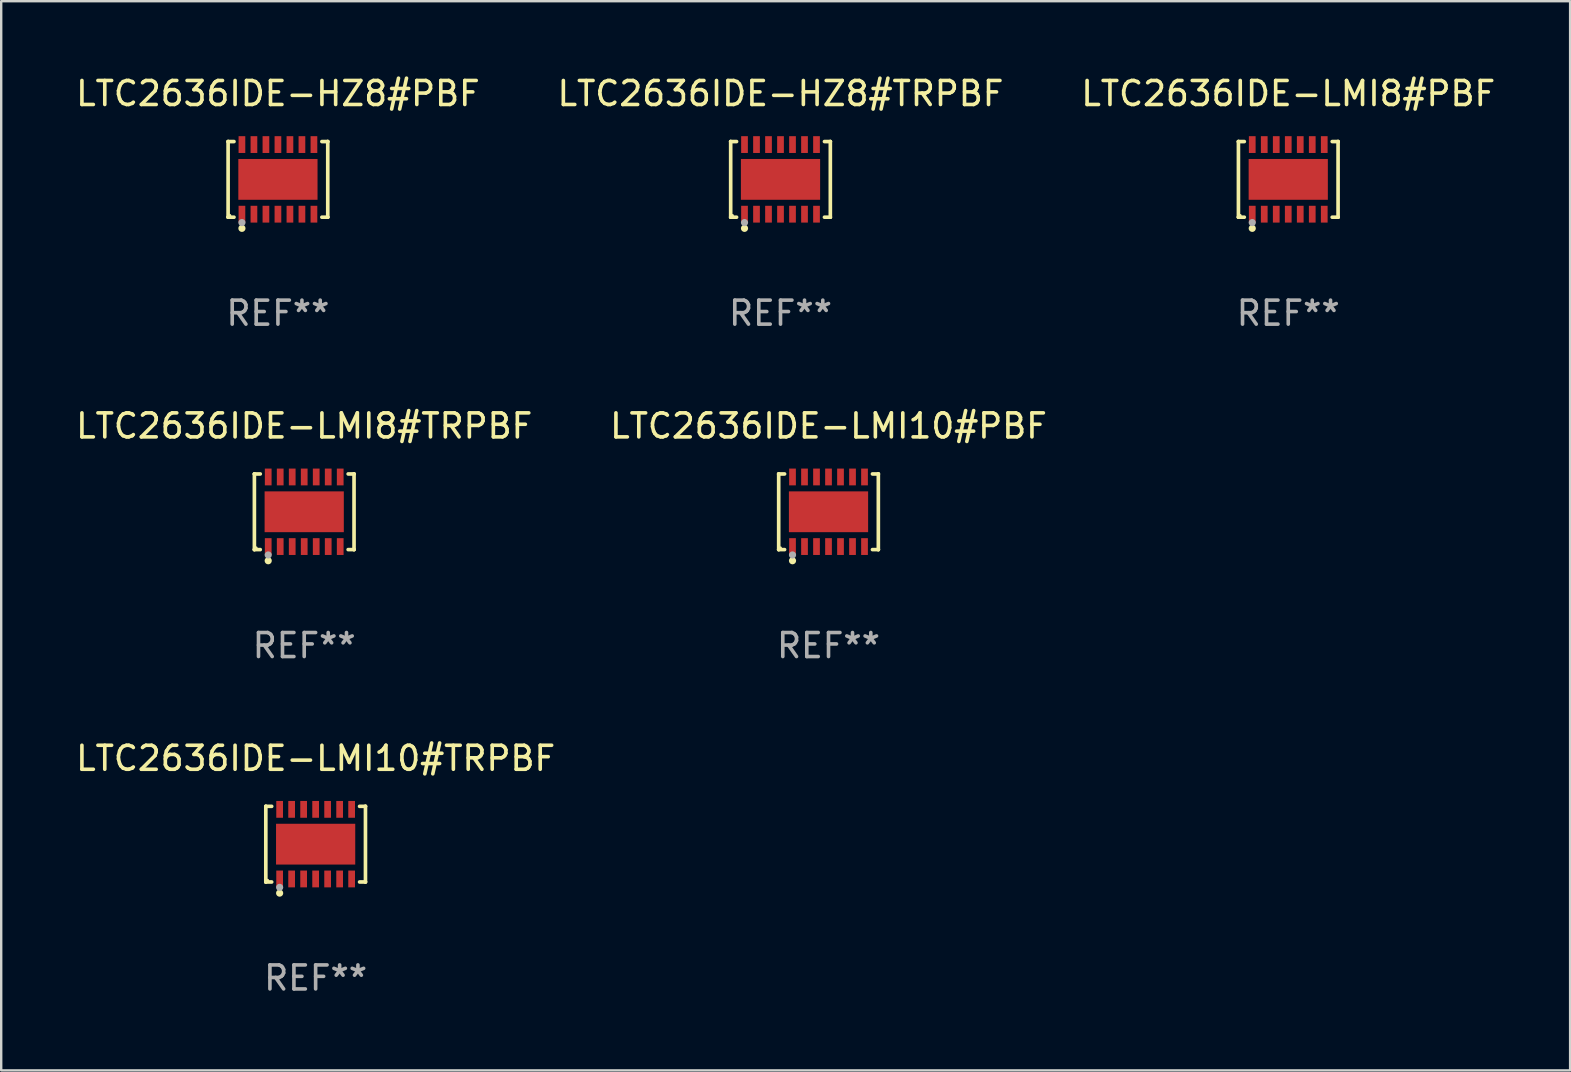
<source format=kicad_pcb>
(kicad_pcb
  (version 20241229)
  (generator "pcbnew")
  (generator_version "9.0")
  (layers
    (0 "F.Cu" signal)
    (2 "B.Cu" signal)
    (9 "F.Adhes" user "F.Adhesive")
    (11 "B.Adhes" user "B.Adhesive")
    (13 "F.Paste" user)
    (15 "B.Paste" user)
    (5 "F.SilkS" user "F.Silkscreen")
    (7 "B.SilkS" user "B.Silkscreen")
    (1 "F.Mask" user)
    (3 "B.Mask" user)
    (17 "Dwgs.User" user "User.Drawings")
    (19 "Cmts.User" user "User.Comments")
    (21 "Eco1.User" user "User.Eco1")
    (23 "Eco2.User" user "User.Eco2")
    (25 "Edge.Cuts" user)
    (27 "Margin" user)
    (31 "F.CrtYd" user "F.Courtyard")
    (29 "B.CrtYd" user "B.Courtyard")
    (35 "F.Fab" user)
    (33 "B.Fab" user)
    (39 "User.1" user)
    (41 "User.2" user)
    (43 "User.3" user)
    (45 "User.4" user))
  (footprint "LTC2636IDE-LMI8#PBF"
    (layer "F.Cu")
    (at 50.625 4.424)
    (property "Reference" "LTC2636IDE-LMI8#PBF" (at 0 -3.576 0) (layer "F.SilkS") (effects (font (size 1 1) (thickness 0.15))))
    (attr through_hole)
    (fp_line (start -2.076 -1.576) (end -2.076 -1.576) (stroke (width 0.152) (type solid)) (layer "F.SilkS"))
    (fp_line (start -2.076 -1.576) (end -1.831 -1.576) (stroke (width 0.152) (type solid)) (layer "F.SilkS"))
    (fp_line (start -2.076 1.576) (end -2.076 -1.576) (stroke (width 0.152) (type solid)) (layer "F.SilkS"))
    (fp_line (start -2.076 1.576) (end -2.076 1.576) (stroke (width 0.152) (type solid)) (layer "F.SilkS"))
    (fp_line (start -1.831 1.576) (end -2.076 1.576) (stroke (width 0.152) (type solid)) (layer "F.SilkS"))
    (fp_line (start 1.831 1.576) (end 2.076 1.576) (stroke (width 0.152) (type solid)) (layer "F.SilkS"))
    (fp_line (start 2.076 -1.576) (end 1.831 -1.576) (stroke (width 0.152) (type solid)) (layer "F.SilkS"))
    (fp_line (start 2.076 -1.576) (end 2.076 -1.576) (stroke (width 0.152) (type solid)) (layer "F.SilkS"))
    (fp_line (start 2.076 1.576) (end 2.076 -1.576) (stroke (width 0.152) (type solid)) (layer "F.SilkS"))
    (fp_line (start 2.076 1.576) (end 2.076 1.576) (stroke (width 0.152) (type solid)) (layer "F.SilkS"))
    (fp_circle (center -2 1.5) (end -1.97 1.5) (stroke (width 0.06) (type solid)) (fill no) (layer "F.SilkS"))
    (fp_circle (center -1.5 2.04) (end -1.425 2.04) (stroke (width 0.15) (type solid)) (fill no) (layer "F.SilkS"))
    (fp_circle (center -1.5 1.8) (end -1.425 1.8) (stroke (width 0.15) (type solid)) (fill no) (layer "F.Fab"))
    (fp_text user "REF**" (at 0 5.576 0) (layer "F.Fab") (effects (font (size 1 1) (thickness 0.15))))
    (pad "1" smd rect (at -1.5 1.45) (size 0.28 0.7) (layers "F.Cu" "F.Mask" "F.Paste"))
    (pad "2" smd rect (at -1 1.45) (size 0.28 0.7) (layers "F.Cu" "F.Mask" "F.Paste"))
    (pad "3" smd rect (at -0.5 1.45) (size 0.28 0.7) (layers "F.Cu" "F.Mask" "F.Paste"))
    (pad "4" smd rect (at 0 1.45) (size 0.28 0.7) (layers "F.Cu" "F.Mask" "F.Paste"))
    (pad "5" smd rect (at 0.5 1.45) (size 0.28 0.7) (layers "F.Cu" "F.Mask" "F.Paste"))
    (pad "6" smd rect (at 1 1.45) (size 0.28 0.7) (layers "F.Cu" "F.Mask" "F.Paste"))
    (pad "7" smd rect (at 1.5 1.45) (size 0.28 0.7) (layers "F.Cu" "F.Mask" "F.Paste"))
    (pad "8" smd rect (at 1.5 -1.45) (size 0.28 0.7) (layers "F.Cu" "F.Mask" "F.Paste"))
    (pad "9" smd rect (at 1 -1.45) (size 0.28 0.7) (layers "F.Cu" "F.Mask" "F.Paste"))
    (pad "10" smd rect (at 0.5 -1.45) (size 0.28 0.7) (layers "F.Cu" "F.Mask" "F.Paste"))
    (pad "11" smd rect (at 0 -1.45) (size 0.28 0.7) (layers "F.Cu" "F.Mask" "F.Paste"))
    (pad "12" smd rect (at -0.5 -1.45) (size 0.28 0.7) (layers "F.Cu" "F.Mask" "F.Paste"))
    (pad "13" smd rect (at -1 -1.45) (size 0.28 0.7) (layers "F.Cu" "F.Mask" "F.Paste"))
    (pad "14" smd rect (at -1.5 -1.45) (size 0.28 0.7) (layers "F.Cu" "F.Mask" "F.Paste"))
    (pad "15" smd rect (at 0 0) (size 3.3 1.7) (layers "F.Cu" "F.Mask" "F.Paste")))
  (footprint "LTC2636IDE-HZ8#PBF"
    (layer "F.Cu")
    (at 8.53 4.424)
    (property "Reference" "LTC2636IDE-HZ8#PBF" (at 0 -3.576 0) (layer "F.SilkS") (effects (font (size 1 1) (thickness 0.15))))
    (attr through_hole)
    (fp_line (start -2.076 -1.576) (end -2.076 -1.576) (stroke (width 0.152) (type solid)) (layer "F.SilkS"))
    (fp_line (start -2.076 -1.576) (end -1.831 -1.576) (stroke (width 0.152) (type solid)) (layer "F.SilkS"))
    (fp_line (start -2.076 1.576) (end -2.076 -1.576) (stroke (width 0.152) (type solid)) (layer "F.SilkS"))
    (fp_line (start -2.076 1.576) (end -2.076 1.576) (stroke (width 0.152) (type solid)) (layer "F.SilkS"))
    (fp_line (start -1.831 1.576) (end -2.076 1.576) (stroke (width 0.152) (type solid)) (layer "F.SilkS"))
    (fp_line (start 1.831 1.576) (end 2.076 1.576) (stroke (width 0.152) (type solid)) (layer "F.SilkS"))
    (fp_line (start 2.076 -1.576) (end 1.831 -1.576) (stroke (width 0.152) (type solid)) (layer "F.SilkS"))
    (fp_line (start 2.076 -1.576) (end 2.076 -1.576) (stroke (width 0.152) (type solid)) (layer "F.SilkS"))
    (fp_line (start 2.076 1.576) (end 2.076 -1.576) (stroke (width 0.152) (type solid)) (layer "F.SilkS"))
    (fp_line (start 2.076 1.576) (end 2.076 1.576) (stroke (width 0.152) (type solid)) (layer "F.SilkS"))
    (fp_circle (center -2 1.5) (end -1.97 1.5) (stroke (width 0.06) (type solid)) (fill no) (layer "F.SilkS"))
    (fp_circle (center -1.5 2.04) (end -1.425 2.04) (stroke (width 0.15) (type solid)) (fill no) (layer "F.SilkS"))
    (fp_circle (center -1.5 1.8) (end -1.425 1.8) (stroke (width 0.15) (type solid)) (fill no) (layer "F.Fab"))
    (fp_text user "REF**" (at 0 5.576 0) (layer "F.Fab") (effects (font (size 1 1) (thickness 0.15))))
    (pad "1" smd rect (at -1.5 1.45) (size 0.28 0.7) (layers "F.Cu" "F.Mask" "F.Paste"))
    (pad "2" smd rect (at -1 1.45) (size 0.28 0.7) (layers "F.Cu" "F.Mask" "F.Paste"))
    (pad "3" smd rect (at -0.5 1.45) (size 0.28 0.7) (layers "F.Cu" "F.Mask" "F.Paste"))
    (pad "4" smd rect (at 0 1.45) (size 0.28 0.7) (layers "F.Cu" "F.Mask" "F.Paste"))
    (pad "5" smd rect (at 0.5 1.45) (size 0.28 0.7) (layers "F.Cu" "F.Mask" "F.Paste"))
    (pad "6" smd rect (at 1 1.45) (size 0.28 0.7) (layers "F.Cu" "F.Mask" "F.Paste"))
    (pad "7" smd rect (at 1.5 1.45) (size 0.28 0.7) (layers "F.Cu" "F.Mask" "F.Paste"))
    (pad "8" smd rect (at 1.5 -1.45) (size 0.28 0.7) (layers "F.Cu" "F.Mask" "F.Paste"))
    (pad "9" smd rect (at 1 -1.45) (size 0.28 0.7) (layers "F.Cu" "F.Mask" "F.Paste"))
    (pad "10" smd rect (at 0.5 -1.45) (size 0.28 0.7) (layers "F.Cu" "F.Mask" "F.Paste"))
    (pad "11" smd rect (at 0 -1.45) (size 0.28 0.7) (layers "F.Cu" "F.Mask" "F.Paste"))
    (pad "12" smd rect (at -0.5 -1.45) (size 0.28 0.7) (layers "F.Cu" "F.Mask" "F.Paste"))
    (pad "13" smd rect (at -1 -1.45) (size 0.28 0.7) (layers "F.Cu" "F.Mask" "F.Paste"))
    (pad "14" smd rect (at -1.5 -1.45) (size 0.28 0.7) (layers "F.Cu" "F.Mask" "F.Paste"))
    (pad "15" smd rect (at 0 0) (size 3.3 1.7) (layers "F.Cu" "F.Mask" "F.Paste")))
  (footprint "LTC2636IDE-LMI10#PBF"
    (layer "F.Cu")
    (at 31.47 18.273)
    (property "Reference" "LTC2636IDE-LMI10#PBF" (at 0 -3.576 0) (layer "F.SilkS") (effects (font (size 1 1) (thickness 0.15))))
    (attr through_hole)
    (fp_line (start -2.076 -1.576) (end -2.076 -1.576) (stroke (width 0.152) (type solid)) (layer "F.SilkS"))
    (fp_line (start -2.076 -1.576) (end -1.831 -1.576) (stroke (width 0.152) (type solid)) (layer "F.SilkS"))
    (fp_line (start -2.076 1.576) (end -2.076 -1.576) (stroke (width 0.152) (type solid)) (layer "F.SilkS"))
    (fp_line (start -2.076 1.576) (end -2.076 1.576) (stroke (width 0.152) (type solid)) (layer "F.SilkS"))
    (fp_line (start -1.831 1.576) (end -2.076 1.576) (stroke (width 0.152) (type solid)) (layer "F.SilkS"))
    (fp_line (start 1.831 1.576) (end 2.076 1.576) (stroke (width 0.152) (type solid)) (layer "F.SilkS"))
    (fp_line (start 2.076 -1.576) (end 1.831 -1.576) (stroke (width 0.152) (type solid)) (layer "F.SilkS"))
    (fp_line (start 2.076 -1.576) (end 2.076 -1.576) (stroke (width 0.152) (type solid)) (layer "F.SilkS"))
    (fp_line (start 2.076 1.576) (end 2.076 -1.576) (stroke (width 0.152) (type solid)) (layer "F.SilkS"))
    (fp_line (start 2.076 1.576) (end 2.076 1.576) (stroke (width 0.152) (type solid)) (layer "F.SilkS"))
    (fp_circle (center -2 1.5) (end -1.97 1.5) (stroke (width 0.06) (type solid)) (fill no) (layer "F.SilkS"))
    (fp_circle (center -1.5 2.04) (end -1.425 2.04) (stroke (width 0.15) (type solid)) (fill no) (layer "F.SilkS"))
    (fp_circle (center -1.5 1.8) (end -1.425 1.8) (stroke (width 0.15) (type solid)) (fill no) (layer "F.Fab"))
    (fp_text user "REF**" (at 0 5.576 0) (layer "F.Fab") (effects (font (size 1 1) (thickness 0.15))))
    (pad "1" smd rect (at -1.5 1.45) (size 0.28 0.7) (layers "F.Cu" "F.Mask" "F.Paste"))
    (pad "2" smd rect (at -1 1.45) (size 0.28 0.7) (layers "F.Cu" "F.Mask" "F.Paste"))
    (pad "3" smd rect (at -0.5 1.45) (size 0.28 0.7) (layers "F.Cu" "F.Mask" "F.Paste"))
    (pad "4" smd rect (at 0 1.45) (size 0.28 0.7) (layers "F.Cu" "F.Mask" "F.Paste"))
    (pad "5" smd rect (at 0.5 1.45) (size 0.28 0.7) (layers "F.Cu" "F.Mask" "F.Paste"))
    (pad "6" smd rect (at 1 1.45) (size 0.28 0.7) (layers "F.Cu" "F.Mask" "F.Paste"))
    (pad "7" smd rect (at 1.5 1.45) (size 0.28 0.7) (layers "F.Cu" "F.Mask" "F.Paste"))
    (pad "8" smd rect (at 1.5 -1.45) (size 0.28 0.7) (layers "F.Cu" "F.Mask" "F.Paste"))
    (pad "9" smd rect (at 1 -1.45) (size 0.28 0.7) (layers "F.Cu" "F.Mask" "F.Paste"))
    (pad "10" smd rect (at 0.5 -1.45) (size 0.28 0.7) (layers "F.Cu" "F.Mask" "F.Paste"))
    (pad "11" smd rect (at 0 -1.45) (size 0.28 0.7) (layers "F.Cu" "F.Mask" "F.Paste"))
    (pad "12" smd rect (at -0.5 -1.45) (size 0.28 0.7) (layers "F.Cu" "F.Mask" "F.Paste"))
    (pad "13" smd rect (at -1 -1.45) (size 0.28 0.7) (layers "F.Cu" "F.Mask" "F.Paste"))
    (pad "14" smd rect (at -1.5 -1.45) (size 0.28 0.7) (layers "F.Cu" "F.Mask" "F.Paste"))
    (pad "15" smd rect (at 0 0) (size 3.3 1.7) (layers "F.Cu" "F.Mask" "F.Paste")))
  (footprint "LTC2636IDE-LMI10#TRPBF"
    (layer "F.Cu")
    (at 10.101 32.122)
    (property "Reference" "LTC2636IDE-LMI10#TRPBF" (at 0 -3.576 0) (layer "F.SilkS") (effects (font (size 1 1) (thickness 0.15))))
    (attr through_hole)
    (fp_line (start -2.076 -1.576) (end -2.076 -1.576) (stroke (width 0.152) (type solid)) (layer "F.SilkS"))
    (fp_line (start -2.076 -1.576) (end -1.831 -1.576) (stroke (width 0.152) (type solid)) (layer "F.SilkS"))
    (fp_line (start -2.076 1.576) (end -2.076 -1.576) (stroke (width 0.152) (type solid)) (layer "F.SilkS"))
    (fp_line (start -2.076 1.576) (end -2.076 1.576) (stroke (width 0.152) (type solid)) (layer "F.SilkS"))
    (fp_line (start -1.831 1.576) (end -2.076 1.576) (stroke (width 0.152) (type solid)) (layer "F.SilkS"))
    (fp_line (start 1.831 1.576) (end 2.076 1.576) (stroke (width 0.152) (type solid)) (layer "F.SilkS"))
    (fp_line (start 2.076 -1.576) (end 1.831 -1.576) (stroke (width 0.152) (type solid)) (layer "F.SilkS"))
    (fp_line (start 2.076 -1.576) (end 2.076 -1.576) (stroke (width 0.152) (type solid)) (layer "F.SilkS"))
    (fp_line (start 2.076 1.576) (end 2.076 -1.576) (stroke (width 0.152) (type solid)) (layer "F.SilkS"))
    (fp_line (start 2.076 1.576) (end 2.076 1.576) (stroke (width 0.152) (type solid)) (layer "F.SilkS"))
    (fp_circle (center -2 1.5) (end -1.97 1.5) (stroke (width 0.06) (type solid)) (fill no) (layer "F.SilkS"))
    (fp_circle (center -1.5 2.04) (end -1.425 2.04) (stroke (width 0.15) (type solid)) (fill no) (layer "F.SilkS"))
    (fp_circle (center -1.5 1.8) (end -1.425 1.8) (stroke (width 0.15) (type solid)) (fill no) (layer "F.Fab"))
    (fp_text user "REF**" (at 0 5.576 0) (layer "F.Fab") (effects (font (size 1 1) (thickness 0.15))))
    (pad "1" smd rect (at -1.5 1.45) (size 0.28 0.7) (layers "F.Cu" "F.Mask" "F.Paste"))
    (pad "2" smd rect (at -1 1.45) (size 0.28 0.7) (layers "F.Cu" "F.Mask" "F.Paste"))
    (pad "3" smd rect (at -0.5 1.45) (size 0.28 0.7) (layers "F.Cu" "F.Mask" "F.Paste"))
    (pad "4" smd rect (at 0 1.45) (size 0.28 0.7) (layers "F.Cu" "F.Mask" "F.Paste"))
    (pad "5" smd rect (at 0.5 1.45) (size 0.28 0.7) (layers "F.Cu" "F.Mask" "F.Paste"))
    (pad "6" smd rect (at 1 1.45) (size 0.28 0.7) (layers "F.Cu" "F.Mask" "F.Paste"))
    (pad "7" smd rect (at 1.5 1.45) (size 0.28 0.7) (layers "F.Cu" "F.Mask" "F.Paste"))
    (pad "8" smd rect (at 1.5 -1.45) (size 0.28 0.7) (layers "F.Cu" "F.Mask" "F.Paste"))
    (pad "9" smd rect (at 1 -1.45) (size 0.28 0.7) (layers "F.Cu" "F.Mask" "F.Paste"))
    (pad "10" smd rect (at 0.5 -1.45) (size 0.28 0.7) (layers "F.Cu" "F.Mask" "F.Paste"))
    (pad "11" smd rect (at 0 -1.45) (size 0.28 0.7) (layers "F.Cu" "F.Mask" "F.Paste"))
    (pad "12" smd rect (at -0.5 -1.45) (size 0.28 0.7) (layers "F.Cu" "F.Mask" "F.Paste"))
    (pad "13" smd rect (at -1 -1.45) (size 0.28 0.7) (layers "F.Cu" "F.Mask" "F.Paste"))
    (pad "14" smd rect (at -1.5 -1.45) (size 0.28 0.7) (layers "F.Cu" "F.Mask" "F.Paste"))
    (pad "15" smd rect (at 0 0) (size 3.3 1.7) (layers "F.Cu" "F.Mask" "F.Paste")))
  (footprint "LTC2636IDE-LMI8#TRPBF"
    (layer "F.Cu")
    (at 9.625 18.273)
    (property "Reference" "LTC2636IDE-LMI8#TRPBF" (at 0 -3.576 0) (layer "F.SilkS") (effects (font (size 1 1) (thickness 0.15))))
    (attr through_hole)
    (fp_line (start -2.076 -1.576) (end -2.076 -1.576) (stroke (width 0.152) (type solid)) (layer "F.SilkS"))
    (fp_line (start -2.076 -1.576) (end -1.831 -1.576) (stroke (width 0.152) (type solid)) (layer "F.SilkS"))
    (fp_line (start -2.076 1.576) (end -2.076 -1.576) (stroke (width 0.152) (type solid)) (layer "F.SilkS"))
    (fp_line (start -2.076 1.576) (end -2.076 1.576) (stroke (width 0.152) (type solid)) (layer "F.SilkS"))
    (fp_line (start -1.831 1.576) (end -2.076 1.576) (stroke (width 0.152) (type solid)) (layer "F.SilkS"))
    (fp_line (start 1.831 1.576) (end 2.076 1.576) (stroke (width 0.152) (type solid)) (layer "F.SilkS"))
    (fp_line (start 2.076 -1.576) (end 1.831 -1.576) (stroke (width 0.152) (type solid)) (layer "F.SilkS"))
    (fp_line (start 2.076 -1.576) (end 2.076 -1.576) (stroke (width 0.152) (type solid)) (layer "F.SilkS"))
    (fp_line (start 2.076 1.576) (end 2.076 -1.576) (stroke (width 0.152) (type solid)) (layer "F.SilkS"))
    (fp_line (start 2.076 1.576) (end 2.076 1.576) (stroke (width 0.152) (type solid)) (layer "F.SilkS"))
    (fp_circle (center -2 1.5) (end -1.97 1.5) (stroke (width 0.06) (type solid)) (fill no) (layer "F.SilkS"))
    (fp_circle (center -1.5 2.04) (end -1.425 2.04) (stroke (width 0.15) (type solid)) (fill no) (layer "F.SilkS"))
    (fp_circle (center -1.5 1.8) (end -1.425 1.8) (stroke (width 0.15) (type solid)) (fill no) (layer "F.Fab"))
    (fp_text user "REF**" (at 0 5.576 0) (layer "F.Fab") (effects (font (size 1 1) (thickness 0.15))))
    (pad "1" smd rect (at -1.5 1.45) (size 0.28 0.7) (layers "F.Cu" "F.Mask" "F.Paste"))
    (pad "2" smd rect (at -1 1.45) (size 0.28 0.7) (layers "F.Cu" "F.Mask" "F.Paste"))
    (pad "3" smd rect (at -0.5 1.45) (size 0.28 0.7) (layers "F.Cu" "F.Mask" "F.Paste"))
    (pad "4" smd rect (at 0 1.45) (size 0.28 0.7) (layers "F.Cu" "F.Mask" "F.Paste"))
    (pad "5" smd rect (at 0.5 1.45) (size 0.28 0.7) (layers "F.Cu" "F.Mask" "F.Paste"))
    (pad "6" smd rect (at 1 1.45) (size 0.28 0.7) (layers "F.Cu" "F.Mask" "F.Paste"))
    (pad "7" smd rect (at 1.5 1.45) (size 0.28 0.7) (layers "F.Cu" "F.Mask" "F.Paste"))
    (pad "8" smd rect (at 1.5 -1.45) (size 0.28 0.7) (layers "F.Cu" "F.Mask" "F.Paste"))
    (pad "9" smd rect (at 1 -1.45) (size 0.28 0.7) (layers "F.Cu" "F.Mask" "F.Paste"))
    (pad "10" smd rect (at 0.5 -1.45) (size 0.28 0.7) (layers "F.Cu" "F.Mask" "F.Paste"))
    (pad "11" smd rect (at 0 -1.45) (size 0.28 0.7) (layers "F.Cu" "F.Mask" "F.Paste"))
    (pad "12" smd rect (at -0.5 -1.45) (size 0.28 0.7) (layers "F.Cu" "F.Mask" "F.Paste"))
    (pad "13" smd rect (at -1 -1.45) (size 0.28 0.7) (layers "F.Cu" "F.Mask" "F.Paste"))
    (pad "14" smd rect (at -1.5 -1.45) (size 0.28 0.7) (layers "F.Cu" "F.Mask" "F.Paste"))
    (pad "15" smd rect (at 0 0) (size 3.3 1.7) (layers "F.Cu" "F.Mask" "F.Paste")))
  (footprint "LTC2636IDE-HZ8#TRPBF"
    (layer "F.Cu")
    (at 29.47 4.424)
    (property "Reference" "LTC2636IDE-HZ8#TRPBF" (at 0 -3.576 0) (layer "F.SilkS") (effects (font (size 1 1) (thickness 0.15))))
    (attr through_hole)
    (fp_line (start -2.076 -1.576) (end -2.076 -1.576) (stroke (width 0.152) (type solid)) (layer "F.SilkS"))
    (fp_line (start -2.076 -1.576) (end -1.831 -1.576) (stroke (width 0.152) (type solid)) (layer "F.SilkS"))
    (fp_line (start -2.076 1.576) (end -2.076 -1.576) (stroke (width 0.152) (type solid)) (layer "F.SilkS"))
    (fp_line (start -2.076 1.576) (end -2.076 1.576) (stroke (width 0.152) (type solid)) (layer "F.SilkS"))
    (fp_line (start -1.831 1.576) (end -2.076 1.576) (stroke (width 0.152) (type solid)) (layer "F.SilkS"))
    (fp_line (start 1.831 1.576) (end 2.076 1.576) (stroke (width 0.152) (type solid)) (layer "F.SilkS"))
    (fp_line (start 2.076 -1.576) (end 1.831 -1.576) (stroke (width 0.152) (type solid)) (layer "F.SilkS"))
    (fp_line (start 2.076 -1.576) (end 2.076 -1.576) (stroke (width 0.152) (type solid)) (layer "F.SilkS"))
    (fp_line (start 2.076 1.576) (end 2.076 -1.576) (stroke (width 0.152) (type solid)) (layer "F.SilkS"))
    (fp_line (start 2.076 1.576) (end 2.076 1.576) (stroke (width 0.152) (type solid)) (layer "F.SilkS"))
    (fp_circle (center -2 1.5) (end -1.97 1.5) (stroke (width 0.06) (type solid)) (fill no) (layer "F.SilkS"))
    (fp_circle (center -1.5 2.04) (end -1.425 2.04) (stroke (width 0.15) (type solid)) (fill no) (layer "F.SilkS"))
    (fp_circle (center -1.5 1.8) (end -1.425 1.8) (stroke (width 0.15) (type solid)) (fill no) (layer "F.Fab"))
    (fp_text user "REF**" (at 0 5.576 0) (layer "F.Fab") (effects (font (size 1 1) (thickness 0.15))))
    (pad "1" smd rect (at -1.5 1.45) (size 0.28 0.7) (layers "F.Cu" "F.Mask" "F.Paste"))
    (pad "2" smd rect (at -1 1.45) (size 0.28 0.7) (layers "F.Cu" "F.Mask" "F.Paste"))
    (pad "3" smd rect (at -0.5 1.45) (size 0.28 0.7) (layers "F.Cu" "F.Mask" "F.Paste"))
    (pad "4" smd rect (at 0 1.45) (size 0.28 0.7) (layers "F.Cu" "F.Mask" "F.Paste"))
    (pad "5" smd rect (at 0.5 1.45) (size 0.28 0.7) (layers "F.Cu" "F.Mask" "F.Paste"))
    (pad "6" smd rect (at 1 1.45) (size 0.28 0.7) (layers "F.Cu" "F.Mask" "F.Paste"))
    (pad "7" smd rect (at 1.5 1.45) (size 0.28 0.7) (layers "F.Cu" "F.Mask" "F.Paste"))
    (pad "8" smd rect (at 1.5 -1.45) (size 0.28 0.7) (layers "F.Cu" "F.Mask" "F.Paste"))
    (pad "9" smd rect (at 1 -1.45) (size 0.28 0.7) (layers "F.Cu" "F.Mask" "F.Paste"))
    (pad "10" smd rect (at 0.5 -1.45) (size 0.28 0.7) (layers "F.Cu" "F.Mask" "F.Paste"))
    (pad "11" smd rect (at 0 -1.45) (size 0.28 0.7) (layers "F.Cu" "F.Mask" "F.Paste"))
    (pad "12" smd rect (at -0.5 -1.45) (size 0.28 0.7) (layers "F.Cu" "F.Mask" "F.Paste"))
    (pad "13" smd rect (at -1 -1.45) (size 0.28 0.7) (layers "F.Cu" "F.Mask" "F.Paste"))
    (pad "14" smd rect (at -1.5 -1.45) (size 0.28 0.7) (layers "F.Cu" "F.Mask" "F.Paste"))
    (pad "15" smd rect (at 0 0) (size 3.3 1.7) (layers "F.Cu" "F.Mask" "F.Paste")))
  (gr_rect
    (start -3 -3)
    (end 62.369 41.547)
    (stroke (width 0.1) (type default))
    (fill no)
    (layer "Edge.Cuts")))
</source>
